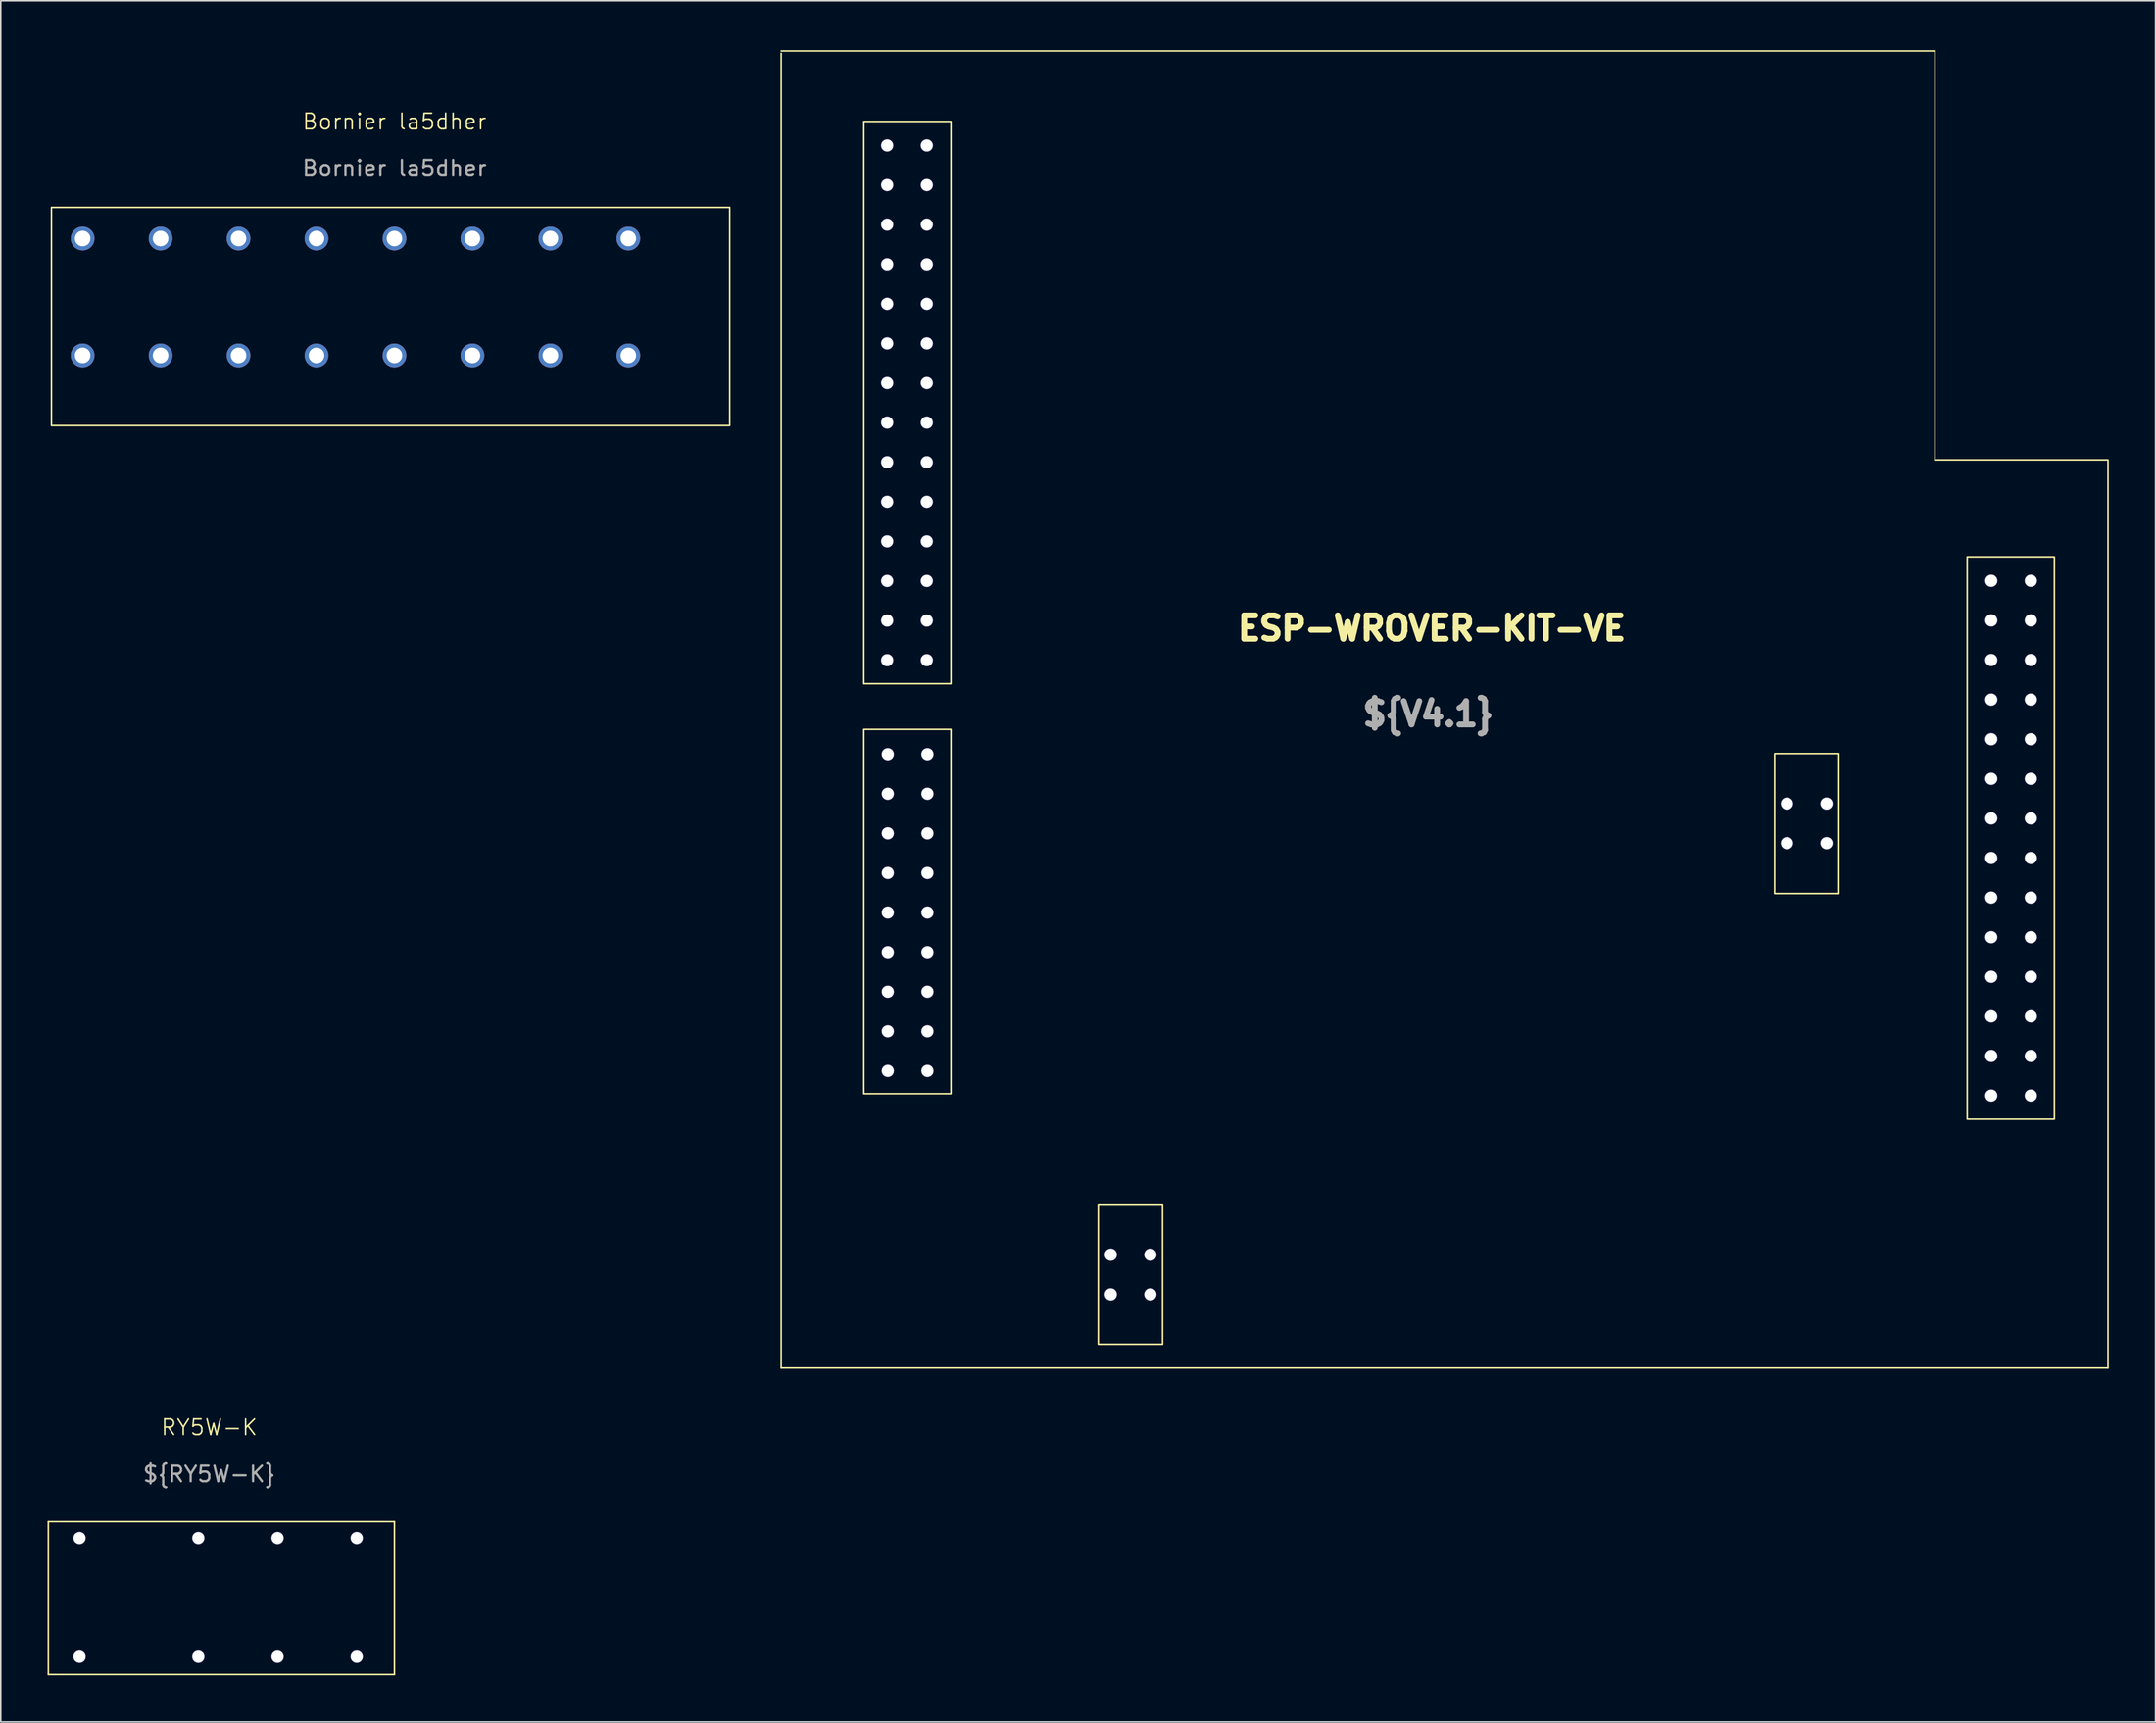
<source format=kicad_pcb>
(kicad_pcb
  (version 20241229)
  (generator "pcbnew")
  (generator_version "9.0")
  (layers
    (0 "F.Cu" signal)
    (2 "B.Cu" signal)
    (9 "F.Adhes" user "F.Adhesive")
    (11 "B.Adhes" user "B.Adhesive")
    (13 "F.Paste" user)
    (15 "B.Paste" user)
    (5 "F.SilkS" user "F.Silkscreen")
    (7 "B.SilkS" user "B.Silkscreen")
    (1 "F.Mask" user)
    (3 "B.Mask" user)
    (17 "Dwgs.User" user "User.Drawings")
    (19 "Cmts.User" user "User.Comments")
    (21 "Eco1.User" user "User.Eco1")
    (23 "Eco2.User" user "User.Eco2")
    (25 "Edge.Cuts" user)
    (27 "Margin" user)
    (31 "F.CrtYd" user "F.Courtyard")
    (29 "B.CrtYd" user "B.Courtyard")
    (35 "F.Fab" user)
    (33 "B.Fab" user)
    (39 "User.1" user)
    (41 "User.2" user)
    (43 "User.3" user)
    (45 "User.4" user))
  (footprint "Bornier la5dher"
    (layer "F.Cu")
    (at 0.25 0.25)
    (property "Reference" "Bornier la5dher" (at 22 4.5 0) (unlocked yes) (layer "F.SilkS") (effects (font (size 1 1) (thickness 0.1))))
    (attr through_hole)
    (fp_rect (start 43.5 10) (end 0 24) (stroke (width 0.1) (type default)) (fill no) (layer "F.SilkS"))
    (fp_text user "${REFERENCE}" (at 22 7.5 0) (unlocked yes) (layer "F.Fab") (effects (font (size 1 1) (thickness 0.15))))
    (pad "13" thru_hole circle (at 37 12) (size 1.524 1.524) (drill 1) (layers "*.Cu" "*.Mask"))
    (pad "13" thru_hole circle (at 37 19.5) (size 1.524 1.524) (drill 1) (layers "*.Cu" "*.Mask"))
    (pad "14" thru_hole circle (at 32 12) (size 1.524 1.524) (drill 1) (layers "*.Cu" "*.Mask"))
    (pad "14" thru_hole circle (at 32 19.5) (size 1.524 1.524) (drill 1) (layers "*.Cu" "*.Mask"))
    (pad "15" thru_hole circle (at 27 12) (size 1.524 1.524) (drill 1) (layers "*.Cu" "*.Mask"))
    (pad "15" thru_hole circle (at 27 19.5) (size 1.524 1.524) (drill 1) (layers "*.Cu" "*.Mask"))
    (pad "16" thru_hole circle (at 22 12) (size 1.524 1.524) (drill 1) (layers "*.Cu" "*.Mask"))
    (pad "16" thru_hole circle (at 22 19.5) (size 1.524 1.524) (drill 1) (layers "*.Cu" "*.Mask"))
    (pad "17" thru_hole circle (at 17 12) (size 1.524 1.524) (drill 1) (layers "*.Cu" "*.Mask"))
    (pad "17" thru_hole circle (at 17 19.5) (size 1.524 1.524) (drill 1) (layers "*.Cu" "*.Mask"))
    (pad "18" thru_hole circle (at 12 12) (size 1.524 1.524) (drill 1) (layers "*.Cu" "*.Mask"))
    (pad "18" thru_hole circle (at 12 19.5) (size 1.524 1.524) (drill 1) (layers "*.Cu" "*.Mask"))
    (pad "19" thru_hole circle (at 7 12) (size 1.524 1.524) (drill 1) (layers "*.Cu" "*.Mask"))
    (pad "19" thru_hole circle (at 7 19.5) (size 1.524 1.524) (drill 1) (layers "*.Cu" "*.Mask"))
    (pad "20" thru_hole circle (at 2 12) (size 1.524 1.524) (drill 1) (layers "*.Cu" "*.Mask"))
    (pad "20" thru_hole circle (at 2 19.5) (size 1.524 1.524) (drill 1) (layers "*.Cu" "*.Mask")))
  (footprint "RY5W-K"
    (layer "F.Cu")
    (at 10.37 89.01)
    (property "Reference" "RY5W-K" (at 0 -0.5 0) (unlocked yes) (layer "F.SilkS") (effects (font (size 1 1) (thickness 0.1))))
    (attr through_hole)
    (fp_line (start -10.32 5.55) (end 11.88 5.55) (stroke (width 0.1) (type default)) (layer "F.SilkS"))
    (fp_line (start -10.32 15.35) (end -10.32 5.55) (stroke (width 0.1) (type default)) (layer "F.SilkS"))
    (fp_line (start 11.88 5.55) (end 11.88 15.35) (stroke (width 0.1) (type default)) (layer "F.SilkS"))
    (fp_line (start 11.88 15.35) (end -10.32 15.35) (stroke (width 0.1) (type default)) (layer "F.SilkS"))
    (fp_text user "${RY5W-K}" (at 0 2.5 0) (unlocked yes) (layer "F.Fab") (effects (font (size 1 1) (thickness 0.15))))
    (pad "1" thru_hole circle (at -8.32 6.6) (size 0.8 0.8) (drill 0.762) (layers "*.Cu" "*.Mask"))
    (pad "4" thru_hole circle (at -0.7 6.6) (size 0.8 0.8) (drill 0.762) (layers "*.Cu" "*.Mask"))
    (pad "6" thru_hole circle (at 4.38 6.6) (size 0.8 0.8) (drill 0.762) (layers "*.Cu" "*.Mask"))
    (pad "8" thru_hole circle (at 9.46 6.6) (size 0.8 0.8) (drill 0.762) (layers "*.Cu" "*.Mask"))
    (pad "9" thru_hole circle (at 9.46 14.22) (size 0.8 0.8) (drill 0.762) (layers "*.Cu" "*.Mask"))
    (pad "11" thru_hole circle (at 4.38 14.22) (size 0.8 0.8) (drill 0.762) (layers "*.Cu" "*.Mask"))
    (pad "13" thru_hole circle (at -0.7 14.22) (size 0.8 0.8) (drill 0.762) (layers "*.Cu" "*.Mask"))
    (pad "16" thru_hole circle (at -8.32 14.22) (size 0.8 0.8) (drill 0.762) (layers "*.Cu" "*.Mask")))
  (footprint "ESP-WROVER-KIT-VE"
    (layer "F.Cu")
    (at 47.05 0.25)
    (property "Reference" "ESP-WROVER-KIT-VE" (at 41.732 37 0) (unlocked yes) (layer "F.SilkS") (effects (font (size 1.5 1.5) (thickness 0.375) (bold yes))))
    (attr through_hole)
    (fp_line (start 0 -0.03) (end 74 -0.03) (stroke (width 0.1) (type default)) (layer "F.SilkS"))
    (fp_line (start 0 0.12) (end 0 84.45) (stroke (width 0.1) (type default)) (layer "F.SilkS"))
    (fp_line (start 0 84.45) (end 85.1 84.45) (stroke (width 0.1) (type default)) (layer "F.SilkS"))
    (fp_line (start 74 26.2) (end 74 -0.03) (stroke (width 0.1) (type default)) (layer "F.SilkS"))
    (fp_line (start 85.08 26.2) (end 74 26.2) (stroke (width 0.1) (type default)) (layer "F.SilkS"))
    (fp_line (start 85.1 84.45) (end 85.1 26.2) (stroke (width 0.1) (type default)) (layer "F.SilkS"))
    (fp_rect (start 5.3 4.49) (end 10.89 40.56) (stroke (width 0.1) (type default)) (fill no) (layer "F.SilkS"))
    (fp_rect (start 5.3 43.49) (end 10.89 66.86) (stroke (width 0.1) (type default)) (fill no) (layer "F.SilkS"))
    (fp_rect (start 20.34 73.95) (end 24.46 82.93) (stroke (width 0.1) (type default)) (fill no) (layer "F.SilkS"))
    (fp_rect (start 63.72 45.04) (end 67.84 54.02) (stroke (width 0.1) (type default)) (fill no) (layer "F.SilkS"))
    (fp_rect (start 76.07 32.425) (end 81.66 68.495) (stroke (width 0.1) (type default)) (fill no) (layer "F.SilkS"))
    (fp_text user "${V4.1}" (at 41.5 42.5 0) (unlocked yes) (layer "F.Fab") (effects (font (size 1.5 1.5) (thickness 0.375) (bold yes))))
    (pad "1" thru_hole circle (at 6.8 6.03) (size 0.8 0.8) (drill 0.762) (layers "*.Cu" "*.Mask"))
    (pad "2" thru_hole circle (at 6.8 8.57) (size 0.8 0.8) (drill 0.762) (layers "*.Cu" "*.Mask"))
    (pad "3" thru_hole circle (at 6.8 11.11) (size 0.8 0.8) (drill 0.762) (layers "*.Cu" "*.Mask"))
    (pad "4" thru_hole circle (at 6.8 13.65) (size 0.8 0.8) (drill 0.762) (layers "*.Cu" "*.Mask"))
    (pad "5" thru_hole circle (at 6.8 16.19) (size 0.8 0.8) (drill 0.762) (layers "*.Cu" "*.Mask"))
    (pad "6" thru_hole circle (at 6.8 18.73) (size 0.8 0.8) (drill 0.762) (layers "*.Cu" "*.Mask"))
    (pad "7" thru_hole circle (at 6.8 21.27) (size 0.8 0.8) (drill 0.762) (layers "*.Cu" "*.Mask"))
    (pad "8" thru_hole circle (at 6.8 23.81) (size 0.8 0.8) (drill 0.762) (layers "*.Cu" "*.Mask"))
    (pad "9" thru_hole circle (at 6.8 26.35) (size 0.8 0.8) (drill 0.762) (layers "*.Cu" "*.Mask"))
    (pad "10" thru_hole circle (at 6.8 28.89) (size 0.8 0.8) (drill 0.762) (layers "*.Cu" "*.Mask"))
    (pad "11" thru_hole circle (at 6.8 31.43) (size 0.8 0.8) (drill 0.762) (layers "*.Cu" "*.Mask"))
    (pad "12" thru_hole circle (at 6.8 33.97) (size 0.8 0.8) (drill 0.762) (layers "*.Cu" "*.Mask"))
    (pad "13" thru_hole circle (at 6.8 36.51) (size 0.8 0.8) (drill 0.762) (layers "*.Cu" "*.Mask"))
    (pad "14" thru_hole circle (at 6.8 39.05) (size 0.8 0.8) (drill 0.762) (layers "*.Cu" "*.Mask"))
    (pad "15" thru_hole circle (at 9.34 6.03) (size 0.8 0.8) (drill 0.762) (layers "*.Cu" "*.Mask"))
    (pad "16" thru_hole circle (at 9.34 8.57) (size 0.8 0.8) (drill 0.762) (layers "*.Cu" "*.Mask"))
    (pad "17" thru_hole circle (at 9.34 11.11) (size 0.8 0.8) (drill 0.762) (layers "*.Cu" "*.Mask"))
    (pad "18" thru_hole circle (at 9.34 13.65) (size 0.8 0.8) (drill 0.762) (layers "*.Cu" "*.Mask"))
    (pad "19" thru_hole circle (at 9.34 16.19) (size 0.8 0.8) (drill 0.762) (layers "*.Cu" "*.Mask"))
    (pad "20" thru_hole circle (at 9.34 18.73) (size 0.8 0.8) (drill 0.762) (layers "*.Cu" "*.Mask"))
    (pad "21" thru_hole circle (at 9.34 21.27) (size 0.8 0.8) (drill 0.762) (layers "*.Cu" "*.Mask"))
    (pad "22" thru_hole circle (at 9.34 23.81) (size 0.8 0.8) (drill 0.762) (layers "*.Cu" "*.Mask"))
    (pad "23" thru_hole circle (at 9.34 26.35) (size 0.8 0.8) (drill 0.762) (layers "*.Cu" "*.Mask"))
    (pad "24" thru_hole circle (at 9.34 28.89) (size 0.8 0.8) (drill 0.762) (layers "*.Cu" "*.Mask"))
    (pad "25" thru_hole circle (at 9.34 31.43) (size 0.8 0.8) (drill 0.762) (layers "*.Cu" "*.Mask"))
    (pad "26" thru_hole circle (at 9.34 33.97) (size 0.8 0.8) (drill 0.762) (layers "*.Cu" "*.Mask"))
    (pad "27" thru_hole circle (at 9.34 36.51) (size 0.8 0.8) (drill 0.762) (layers "*.Cu" "*.Mask"))
    (pad "28" thru_hole circle (at 9.34 39.05) (size 0.8 0.8) (drill 0.762) (layers "*.Cu" "*.Mask"))
    (pad "29" thru_hole circle (at 6.84 45.08) (size 0.8 0.8) (drill 0.762) (layers "*.Cu" "*.Mask"))
    (pad "30" thru_hole circle (at 6.84 47.62) (size 0.8 0.8) (drill 0.762) (layers "*.Cu" "*.Mask"))
    (pad "31" thru_hole circle (at 6.84 50.16) (size 0.8 0.8) (drill 0.762) (layers "*.Cu" "*.Mask"))
    (pad "32" thru_hole circle (at 6.84 52.7) (size 0.8 0.8) (drill 0.762) (layers "*.Cu" "*.Mask"))
    (pad "33" thru_hole circle (at 6.84 55.24) (size 0.8 0.8) (drill 0.762) (layers "*.Cu" "*.Mask"))
    (pad "34" thru_hole circle (at 6.84 57.78) (size 0.8 0.8) (drill 0.762) (layers "*.Cu" "*.Mask"))
    (pad "35" thru_hole circle (at 6.84 60.32) (size 0.8 0.8) (drill 0.762) (layers "*.Cu" "*.Mask"))
    (pad "36" thru_hole circle (at 6.84 62.86) (size 0.8 0.8) (drill 0.762) (layers "*.Cu" "*.Mask"))
    (pad "37" thru_hole circle (at 6.84 65.4) (size 0.8 0.8) (drill 0.762) (layers "*.Cu" "*.Mask"))
    (pad "38" thru_hole circle (at 9.38 45.08) (size 0.8 0.8) (drill 0.762) (layers "*.Cu" "*.Mask"))
    (pad "39" thru_hole circle (at 9.38 47.62) (size 0.8 0.8) (drill 0.762) (layers "*.Cu" "*.Mask"))
    (pad "40" thru_hole circle (at 9.38 50.16) (size 0.8 0.8) (drill 0.762) (layers "*.Cu" "*.Mask"))
    (pad "41" thru_hole circle (at 9.38 52.7) (size 0.8 0.8) (drill 0.762) (layers "*.Cu" "*.Mask"))
    (pad "42" thru_hole circle (at 9.38 55.24) (size 0.8 0.8) (drill 0.762) (layers "*.Cu" "*.Mask"))
    (pad "43" thru_hole circle (at 9.38 57.78) (size 0.8 0.8) (drill 0.762) (layers "*.Cu" "*.Mask"))
    (pad "44" thru_hole circle (at 9.38 60.32) (size 0.8 0.8) (drill 0.762) (layers "*.Cu" "*.Mask"))
    (pad "45" thru_hole circle (at 9.38 62.86) (size 0.8 0.8) (drill 0.762) (layers "*.Cu" "*.Mask"))
    (pad "46" thru_hole circle (at 9.38 65.4) (size 0.8 0.8) (drill 0.762) (layers "*.Cu" "*.Mask"))
    (pad "47" thru_hole circle (at 77.61 33.96) (size 0.8 0.8) (drill 0.762) (layers "*.Cu" "*.Mask"))
    (pad "48" thru_hole circle (at 77.61 36.5) (size 0.8 0.8) (drill 0.762) (layers "*.Cu" "*.Mask"))
    (pad "49" thru_hole circle (at 77.61 39.04) (size 0.8 0.8) (drill 0.762) (layers "*.Cu" "*.Mask"))
    (pad "50" thru_hole circle (at 77.61 41.58) (size 0.8 0.8) (drill 0.762) (layers "*.Cu" "*.Mask"))
    (pad "51" thru_hole circle (at 77.61 44.12) (size 0.8 0.8) (drill 0.762) (layers "*.Cu" "*.Mask"))
    (pad "52" thru_hole circle (at 77.61 46.66) (size 0.8 0.8) (drill 0.762) (layers "*.Cu" "*.Mask"))
    (pad "53" thru_hole circle (at 77.61 49.2) (size 0.8 0.8) (drill 0.762) (layers "*.Cu" "*.Mask"))
    (pad "54" thru_hole circle (at 77.61 51.74) (size 0.8 0.8) (drill 0.762) (layers "*.Cu" "*.Mask"))
    (pad "55" thru_hole circle (at 77.61 54.28) (size 0.8 0.8) (drill 0.762) (layers "*.Cu" "*.Mask"))
    (pad "56" thru_hole circle (at 77.61 56.82) (size 0.8 0.8) (drill 0.762) (layers "*.Cu" "*.Mask"))
    (pad "57" thru_hole circle (at 77.61 59.36) (size 0.8 0.8) (drill 0.762) (layers "*.Cu" "*.Mask"))
    (pad "58" thru_hole circle (at 77.61 61.9) (size 0.8 0.8) (drill 0.762) (layers "*.Cu" "*.Mask"))
    (pad "59" thru_hole circle (at 77.61 64.44) (size 0.8 0.8) (drill 0.762) (layers "*.Cu" "*.Mask"))
    (pad "60" thru_hole circle (at 77.61 66.98) (size 0.8 0.8) (drill 0.762) (layers "*.Cu" "*.Mask"))
    (pad "61" thru_hole circle (at 80.15 33.96) (size 0.8 0.8) (drill 0.762) (layers "*.Cu" "*.Mask"))
    (pad "62" thru_hole circle (at 80.15 36.5) (size 0.8 0.8) (drill 0.762) (layers "*.Cu" "*.Mask"))
    (pad "63" thru_hole circle (at 80.15 39.04) (size 0.8 0.8) (drill 0.762) (layers "*.Cu" "*.Mask"))
    (pad "64" thru_hole circle (at 80.15 41.58) (size 0.8 0.8) (drill 0.762) (layers "*.Cu" "*.Mask"))
    (pad "65" thru_hole circle (at 80.15 44.12) (size 0.8 0.8) (drill 0.762) (layers "*.Cu" "*.Mask"))
    (pad "66" thru_hole circle (at 80.15 46.66) (size 0.8 0.8) (drill 0.762) (layers "*.Cu" "*.Mask"))
    (pad "67" thru_hole circle (at 80.15 49.2) (size 0.8 0.8) (drill 0.762) (layers "*.Cu" "*.Mask"))
    (pad "68" thru_hole circle (at 80.15 51.74) (size 0.8 0.8) (drill 0.762) (layers "*.Cu" "*.Mask"))
    (pad "69" thru_hole circle (at 80.15 54.28) (size 0.8 0.8) (drill 0.762) (layers "*.Cu" "*.Mask"))
    (pad "70" thru_hole circle (at 80.15 56.82) (size 0.8 0.8) (drill 0.762) (layers "*.Cu" "*.Mask"))
    (pad "71" thru_hole circle (at 80.15 59.36) (size 0.8 0.8) (drill 0.762) (layers "*.Cu" "*.Mask"))
    (pad "72" thru_hole circle (at 80.15 61.9) (size 0.8 0.8) (drill 0.762) (layers "*.Cu" "*.Mask"))
    (pad "73" thru_hole circle (at 80.15 64.44) (size 0.8 0.8) (drill 0.762) (layers "*.Cu" "*.Mask"))
    (pad "74" thru_hole circle (at 80.15 66.98) (size 0.8 0.8) (drill 0.762) (layers "*.Cu" "*.Mask"))
    (pad "75" thru_hole circle (at 64.51 48.25) (size 0.8 0.8) (drill 0.762) (layers "*.Cu" "*.Mask"))
    (pad "76" thru_hole circle (at 64.51 50.79) (size 0.8 0.8) (drill 0.762) (layers "*.Cu" "*.Mask"))
    (pad "77" thru_hole circle (at 67.05 48.25) (size 0.8 0.8) (drill 0.762) (layers "*.Cu" "*.Mask"))
    (pad "78" thru_hole circle (at 67.05 50.79) (size 0.8 0.8) (drill 0.762) (layers "*.Cu" "*.Mask"))
    (pad "79" thru_hole circle (at 21.14 77.19) (size 0.8 0.8) (drill 0.762) (layers "*.Cu" "*.Mask"))
    (pad "80" thru_hole circle (at 21.14 79.73) (size 0.8 0.8) (drill 0.762) (layers "*.Cu" "*.Mask"))
    (pad "81" thru_hole circle (at 23.68 77.19) (size 0.8 0.8) (drill 0.762) (layers "*.Cu" "*.Mask"))
    (pad "82" thru_hole circle (at 23.68 79.73) (size 0.8 0.8) (drill 0.762) (layers "*.Cu" "*.Mask")))
  (gr_rect
    (start -3 -3)
    (end 135.2 107.41)
    (stroke (width 0.1) (type default))
    (fill no)
    (layer "Edge.Cuts")))
</source>
